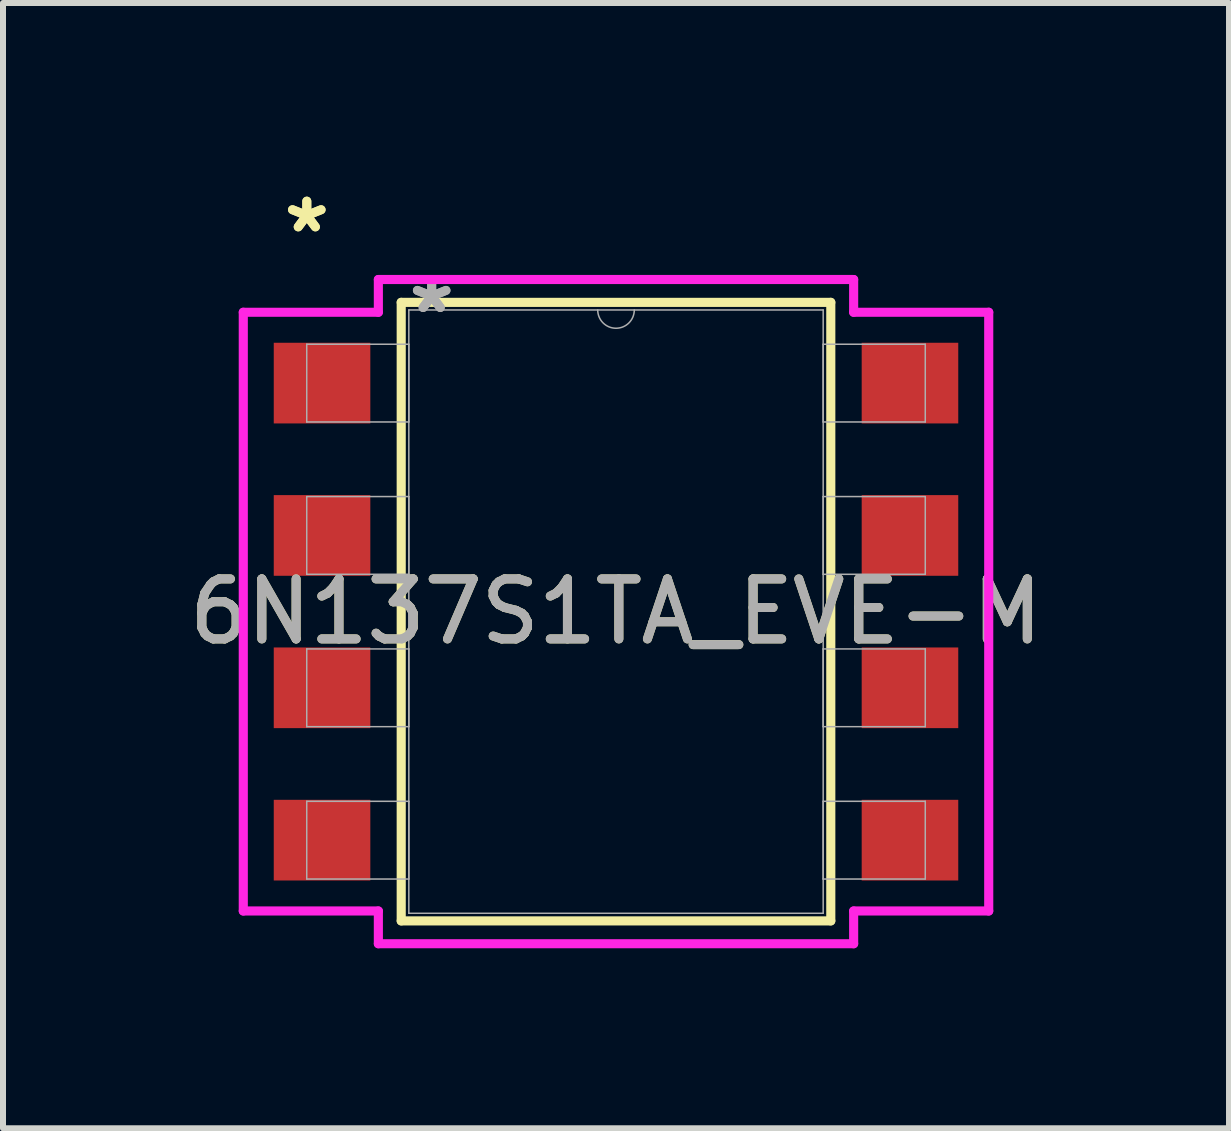
<source format=kicad_pcb>
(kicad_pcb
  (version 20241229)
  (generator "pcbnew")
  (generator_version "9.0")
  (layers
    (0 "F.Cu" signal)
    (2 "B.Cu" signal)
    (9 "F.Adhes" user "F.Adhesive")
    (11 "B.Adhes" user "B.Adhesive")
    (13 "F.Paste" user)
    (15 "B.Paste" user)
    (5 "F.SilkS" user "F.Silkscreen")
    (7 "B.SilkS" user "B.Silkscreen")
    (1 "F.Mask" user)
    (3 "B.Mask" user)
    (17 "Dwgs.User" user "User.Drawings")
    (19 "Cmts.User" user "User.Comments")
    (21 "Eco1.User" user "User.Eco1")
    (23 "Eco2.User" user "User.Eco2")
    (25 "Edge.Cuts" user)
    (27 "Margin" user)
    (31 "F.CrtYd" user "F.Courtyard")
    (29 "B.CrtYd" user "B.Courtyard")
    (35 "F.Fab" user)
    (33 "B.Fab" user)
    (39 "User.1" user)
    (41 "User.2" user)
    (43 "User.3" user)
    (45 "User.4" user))
  (footprint "6N137S1TA_EVE-M"
    (layer "F.Cu")
    (at 7.22 7.147)
    (property "Reference" "6N137S1TA_EVE-M" (at 0 0 0) (unlocked yes) (layer "F.SilkS") (effects (font (size 1 1) (thickness 0.15))))
    (attr smd)
    (fp_line (start -3.581 -5.156) (end -3.581 5.156) (stroke (width 0.152) (type solid)) (layer "F.SilkS"))
    (fp_line (start -3.581 5.156) (end 3.581 5.156) (stroke (width 0.152) (type solid)) (layer "F.SilkS"))
    (fp_line (start 3.581 -5.156) (end -3.581 -5.156) (stroke (width 0.152) (type solid)) (layer "F.SilkS"))
    (fp_line (start 3.581 5.156) (end 3.581 -5.156) (stroke (width 0.152) (type solid)) (layer "F.SilkS"))
    (fp_line (start -6.214 -4.991) (end -3.962 -4.991) (stroke (width 0.152) (type solid)) (layer "F.CrtYd"))
    (fp_line (start -6.214 4.991) (end -6.214 -4.991) (stroke (width 0.152) (type solid)) (layer "F.CrtYd"))
    (fp_line (start -6.214 4.991) (end -3.962 4.991) (stroke (width 0.152) (type solid)) (layer "F.CrtYd"))
    (fp_line (start -3.962 -5.537) (end 3.962 -5.537) (stroke (width 0.152) (type solid)) (layer "F.CrtYd"))
    (fp_line (start -3.962 -4.991) (end -3.962 -5.537) (stroke (width 0.152) (type solid)) (layer "F.CrtYd"))
    (fp_line (start -3.962 5.537) (end -3.962 4.991) (stroke (width 0.152) (type solid)) (layer "F.CrtYd"))
    (fp_line (start 3.962 -5.537) (end 3.962 -4.991) (stroke (width 0.152) (type solid)) (layer "F.CrtYd"))
    (fp_line (start 3.962 4.991) (end 3.962 5.537) (stroke (width 0.152) (type solid)) (layer "F.CrtYd"))
    (fp_line (start 3.962 5.537) (end -3.962 5.537) (stroke (width 0.152) (type solid)) (layer "F.CrtYd"))
    (fp_line (start 6.214 -4.991) (end 3.962 -4.991) (stroke (width 0.152) (type solid)) (layer "F.CrtYd"))
    (fp_line (start 6.214 -4.991) (end 6.214 4.991) (stroke (width 0.152) (type solid)) (layer "F.CrtYd"))
    (fp_line (start 6.214 4.991) (end 3.962 4.991) (stroke (width 0.152) (type solid)) (layer "F.CrtYd"))
    (fp_line (start -5.156 -4.458) (end -5.156 -3.162) (stroke (width 0.025) (type solid)) (layer "F.Fab"))
    (fp_line (start -5.156 -3.162) (end -3.454 -3.162) (stroke (width 0.025) (type solid)) (layer "F.Fab"))
    (fp_line (start -5.156 -1.918) (end -5.156 -0.622) (stroke (width 0.025) (type solid)) (layer "F.Fab"))
    (fp_line (start -5.156 -0.622) (end -3.454 -0.622) (stroke (width 0.025) (type solid)) (layer "F.Fab"))
    (fp_line (start -5.156 0.622) (end -5.156 1.918) (stroke (width 0.025) (type solid)) (layer "F.Fab"))
    (fp_line (start -5.156 1.918) (end -3.454 1.918) (stroke (width 0.025) (type solid)) (layer "F.Fab"))
    (fp_line (start -5.156 3.162) (end -5.156 4.458) (stroke (width 0.025) (type solid)) (layer "F.Fab"))
    (fp_line (start -5.156 4.458) (end -3.454 4.458) (stroke (width 0.025) (type solid)) (layer "F.Fab"))
    (fp_line (start -3.454 -5.029) (end -3.454 5.029) (stroke (width 0.025) (type solid)) (layer "F.Fab"))
    (fp_line (start -3.454 -4.458) (end -5.156 -4.458) (stroke (width 0.025) (type solid)) (layer "F.Fab"))
    (fp_line (start -3.454 -3.162) (end -3.454 -4.458) (stroke (width 0.025) (type solid)) (layer "F.Fab"))
    (fp_line (start -3.454 -1.918) (end -5.156 -1.918) (stroke (width 0.025) (type solid)) (layer "F.Fab"))
    (fp_line (start -3.454 -0.622) (end -3.454 -1.918) (stroke (width 0.025) (type solid)) (layer "F.Fab"))
    (fp_line (start -3.454 0.622) (end -5.156 0.622) (stroke (width 0.025) (type solid)) (layer "F.Fab"))
    (fp_line (start -3.454 1.918) (end -3.454 0.622) (stroke (width 0.025) (type solid)) (layer "F.Fab"))
    (fp_line (start -3.454 3.162) (end -5.156 3.162) (stroke (width 0.025) (type solid)) (layer "F.Fab"))
    (fp_line (start -3.454 4.458) (end -3.454 3.162) (stroke (width 0.025) (type solid)) (layer "F.Fab"))
    (fp_line (start -3.454 5.029) (end 3.454 5.029) (stroke (width 0.025) (type solid)) (layer "F.Fab"))
    (fp_line (start 3.454 -5.029) (end -3.454 -5.029) (stroke (width 0.025) (type solid)) (layer "F.Fab"))
    (fp_line (start 3.454 -4.458) (end 3.454 -3.162) (stroke (width 0.025) (type solid)) (layer "F.Fab"))
    (fp_line (start 3.454 -3.162) (end 5.156 -3.162) (stroke (width 0.025) (type solid)) (layer "F.Fab"))
    (fp_line (start 3.454 -1.918) (end 3.454 -0.622) (stroke (width 0.025) (type solid)) (layer "F.Fab"))
    (fp_line (start 3.454 -0.622) (end 5.156 -0.622) (stroke (width 0.025) (type solid)) (layer "F.Fab"))
    (fp_line (start 3.454 0.622) (end 3.454 1.918) (stroke (width 0.025) (type solid)) (layer "F.Fab"))
    (fp_line (start 3.454 1.918) (end 5.156 1.918) (stroke (width 0.025) (type solid)) (layer "F.Fab"))
    (fp_line (start 3.454 3.162) (end 3.454 4.458) (stroke (width 0.025) (type solid)) (layer "F.Fab"))
    (fp_line (start 3.454 4.458) (end 5.156 4.458) (stroke (width 0.025) (type solid)) (layer "F.Fab"))
    (fp_line (start 3.454 5.029) (end 3.454 -5.029) (stroke (width 0.025) (type solid)) (layer "F.Fab"))
    (fp_line (start 5.156 -4.458) (end 3.454 -4.458) (stroke (width 0.025) (type solid)) (layer "F.Fab"))
    (fp_line (start 5.156 -3.162) (end 5.156 -4.458) (stroke (width 0.025) (type solid)) (layer "F.Fab"))
    (fp_line (start 5.156 -1.918) (end 3.454 -1.918) (stroke (width 0.025) (type solid)) (layer "F.Fab"))
    (fp_line (start 5.156 -0.622) (end 5.156 -1.918) (stroke (width 0.025) (type solid)) (layer "F.Fab"))
    (fp_line (start 5.156 0.622) (end 3.454 0.622) (stroke (width 0.025) (type solid)) (layer "F.Fab"))
    (fp_line (start 5.156 1.918) (end 5.156 0.622) (stroke (width 0.025) (type solid)) (layer "F.Fab"))
    (fp_line (start 5.156 3.162) (end 3.454 3.162) (stroke (width 0.025) (type solid)) (layer "F.Fab"))
    (fp_line (start 5.156 4.458) (end 5.156 3.162) (stroke (width 0.025) (type solid)) (layer "F.Fab"))
    (fp_arc (start 0.3048 -5.0292) (mid 0 -4.7244) (end -0.3048 -5.0292) (stroke (width 0.0254) (type solid)) (layer "F.Fab"))
    (fp_text user "*" (at -5.155 -6.298 0) (layer "F.SilkS") (effects (font (size 1 1) (thickness 0.15))))
    (fp_text user "*" (at -5.155 -6.298 0) (unlocked yes) (layer "F.SilkS") (effects (font (size 1 1) (thickness 0.15))))
    (fp_text user "${REFERENCE}" (at 0 0 0) (unlocked yes) (layer "F.Fab") (effects (font (size 1 1) (thickness 0.15))))
    (fp_text user "*" (at -3.073 -4.953 0) (unlocked yes) (layer "F.Fab") (effects (font (size 1 1) (thickness 0.15))))
    (fp_text user "*" (at -3.073 -4.953 0) (layer "F.Fab") (effects (font (size 1 1) (thickness 0.15))))
    (pad "1" smd rect (at -4.901 -3.81) (size 1.61 1.345) (layers "F.Cu" "F.Mask" "F.Paste"))
    (pad "2" smd rect (at -4.901 -1.27) (size 1.61 1.345) (layers "F.Cu" "F.Mask" "F.Paste"))
    (pad "3" smd rect (at -4.901 1.27) (size 1.61 1.345) (layers "F.Cu" "F.Mask" "F.Paste"))
    (pad "4" smd rect (at -4.901 3.81) (size 1.61 1.345) (layers "F.Cu" "F.Mask" "F.Paste"))
    (pad "5" smd rect (at 4.901 3.81) (size 1.61 1.345) (layers "F.Cu" "F.Mask" "F.Paste"))
    (pad "6" smd rect (at 4.901 1.27) (size 1.61 1.345) (layers "F.Cu" "F.Mask" "F.Paste"))
    (pad "7" smd rect (at 4.901 -1.27) (size 1.61 1.345) (layers "F.Cu" "F.Mask" "F.Paste"))
    (pad "8" smd rect (at 4.901 -3.81) (size 1.61 1.345) (layers "F.Cu" "F.Mask" "F.Paste")))
  (gr_rect
    (start -3 -3)
    (end 17.44 15.76)
    (stroke (width 0.1) (type default))
    (fill no)
    (layer "Edge.Cuts")))
</source>
